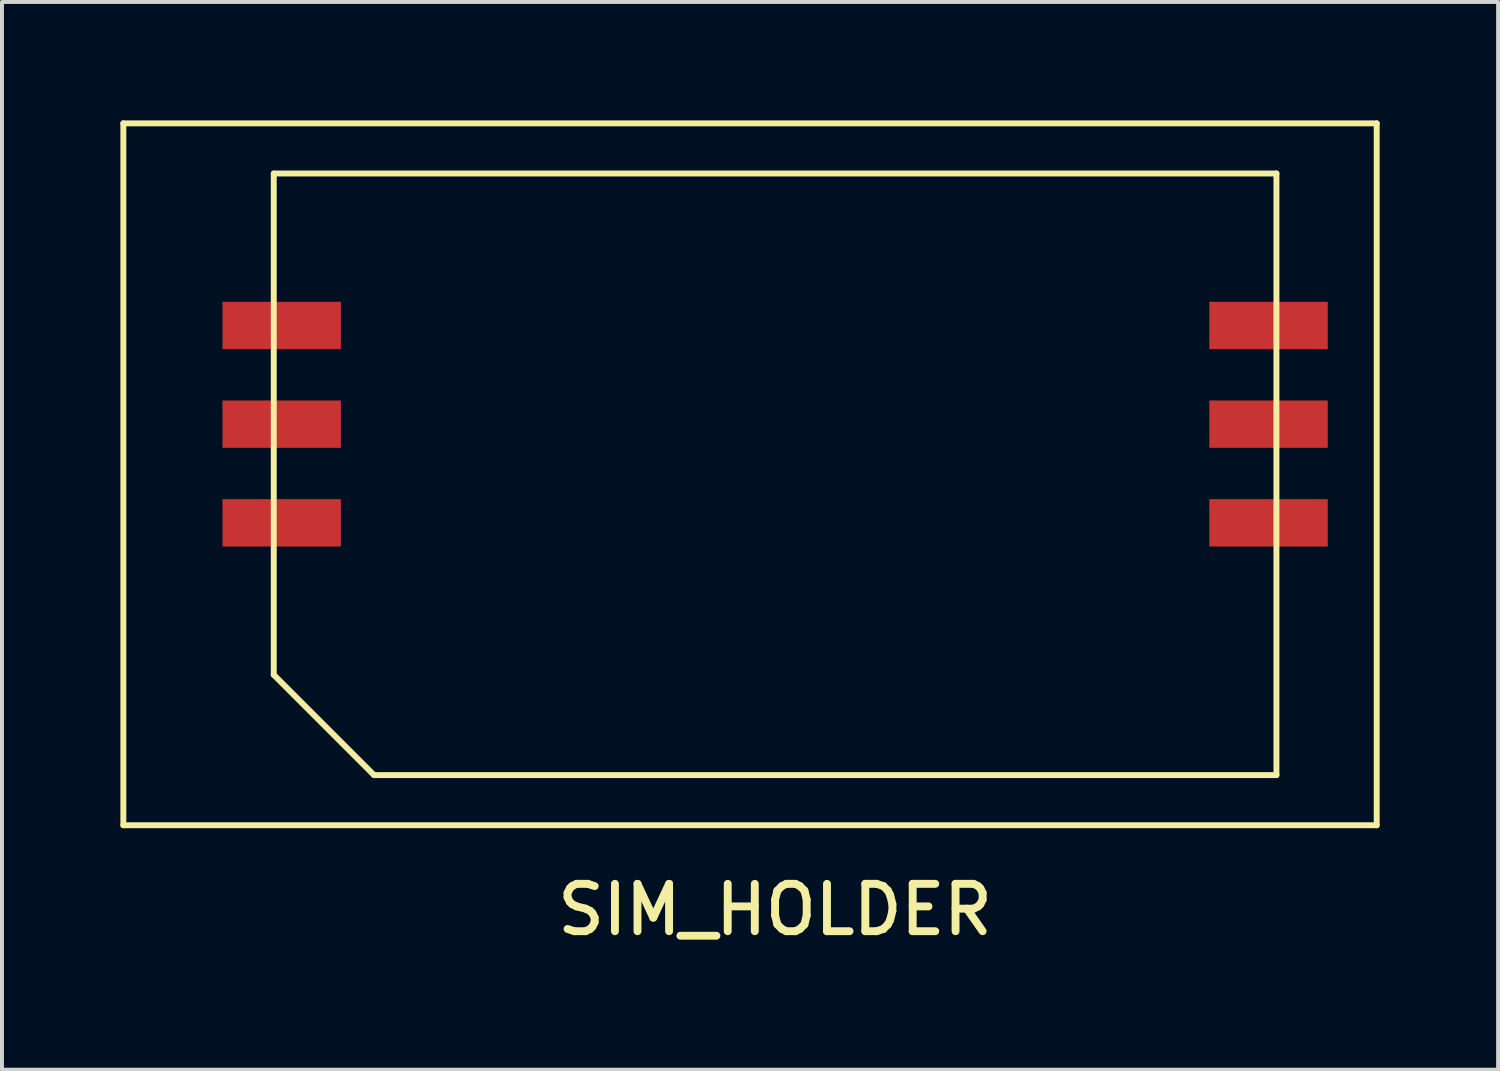
<source format=kicad_pcb>
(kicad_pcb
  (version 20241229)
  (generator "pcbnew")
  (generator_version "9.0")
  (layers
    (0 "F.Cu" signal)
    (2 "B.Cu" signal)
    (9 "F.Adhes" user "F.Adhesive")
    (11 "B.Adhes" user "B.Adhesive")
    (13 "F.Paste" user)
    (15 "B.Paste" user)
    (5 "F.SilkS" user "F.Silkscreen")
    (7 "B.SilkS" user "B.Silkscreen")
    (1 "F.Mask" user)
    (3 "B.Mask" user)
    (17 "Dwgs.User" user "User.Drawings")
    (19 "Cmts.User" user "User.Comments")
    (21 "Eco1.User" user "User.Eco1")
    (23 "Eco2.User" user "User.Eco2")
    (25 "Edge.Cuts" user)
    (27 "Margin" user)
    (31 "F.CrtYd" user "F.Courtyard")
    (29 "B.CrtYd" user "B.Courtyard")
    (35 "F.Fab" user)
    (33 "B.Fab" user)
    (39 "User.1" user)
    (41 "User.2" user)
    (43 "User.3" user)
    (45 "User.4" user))
  (footprint "SIM_HOLDER"
    (layer "F.Cu")
    (at 16.585 7.695)
    (property "Reference" "SIM_HOLDER" (at 0 12.3 0) (layer "F.SilkS") (effects (font (size 1.2 1.2) (thickness 0.2))))
    (attr through_hole)
    (fp_line (start -16.51 10.16) (end -16.51 -7.62) (stroke (width 0.15) (type solid)) (layer "F.SilkS"))
    (fp_line (start -12.7 -6.35) (end -12.7 6.35) (stroke (width 0.15) (type solid)) (layer "F.SilkS"))
    (fp_line (start -12.7 6.35) (end -10.16 8.89) (stroke (width 0.15) (type solid)) (layer "F.SilkS"))
    (fp_line (start -10.16 8.89) (end 12.7 8.89) (stroke (width 0.15) (type solid)) (layer "F.SilkS"))
    (fp_line (start 12.7 -6.35) (end -12.7 -6.35) (stroke (width 0.15) (type solid)) (layer "F.SilkS"))
    (fp_line (start 12.7 8.89) (end 12.7 -6.35) (stroke (width 0.15) (type solid)) (layer "F.SilkS"))
    (fp_line (start 15.24 -7.62) (end -16.51 -7.62) (stroke (width 0.15) (type solid)) (layer "F.SilkS"))
    (fp_line (start 15.24 -7.62) (end 15.24 10.16) (stroke (width 0.15) (type solid)) (layer "F.SilkS"))
    (fp_line (start 15.24 10.16) (end -16.51 10.16) (stroke (width 0.15) (type solid)) (layer "F.SilkS"))
    (pad "C1" smd rect (at 12.5 -2.5) (size 3 1.2) (layers "F.Cu" "F.Mask" "F.Paste"))
    (pad "C2" smd rect (at 12.5 0) (size 3 1.2) (layers "F.Cu" "F.Mask" "F.Paste"))
    (pad "C3" smd rect (at 12.5 2.5) (size 3 1.2) (layers "F.Cu" "F.Mask" "F.Paste"))
    (pad "C5" smd rect (at -12.5 -2.5) (size 3 1.2) (layers "F.Cu" "F.Mask" "F.Paste"))
    (pad "C6" smd rect (at -12.5 0) (size 3 1.2) (layers "F.Cu" "F.Mask" "F.Paste"))
    (pad "C7" smd rect (at -12.5 2.5) (size 3 1.2) (layers "F.Cu" "F.Mask" "F.Paste")))
  (gr_rect
    (start -3 -3)
    (end 34.9 24.048)
    (stroke (width 0.1) (type default))
    (fill no)
    (layer "Edge.Cuts")))
</source>
